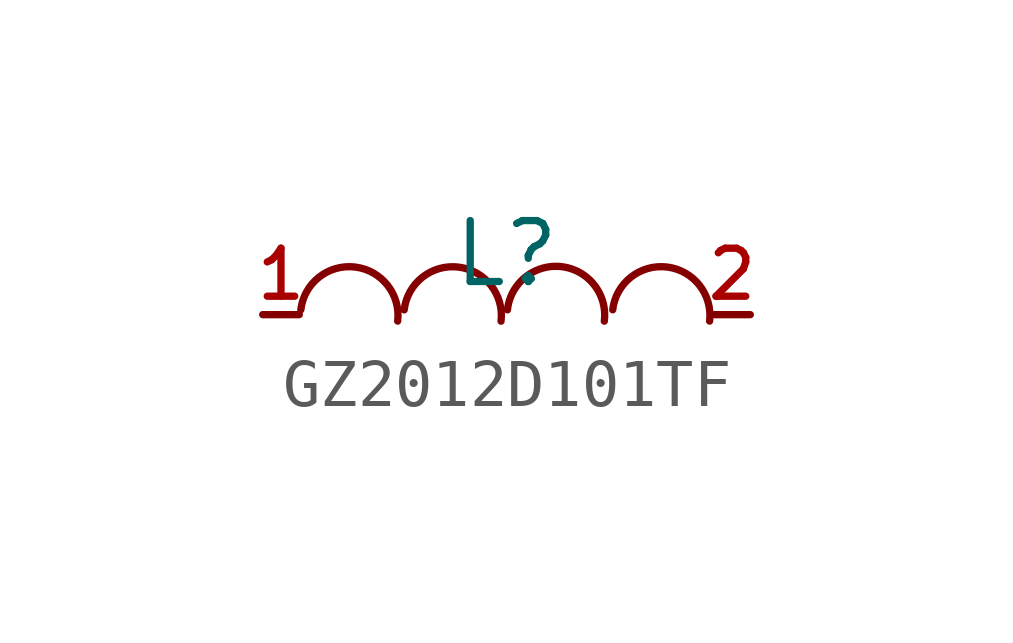
<source format=kicad_sym>
(kicad_symbol_lib
  (version 20210201)
  (generator TousstNicolas/JLC2KiCad_lib)
  (symbol "GZ2012D101TF"
    (pin_names hide)
    (property "Reference" "L"
      (at 0 1.27 0)
      (effects (font (size 1.27 1.27))))
    (symbol "GZ2012D101TF_0_1"
      (pin unspecified line (at 5.08 -0.0 180) (length 0.762) (name "2" (effects (font (size 1 1)))) (number "2" (effects (font (size 1 1)))))
      (pin unspecified line (at -5.08 -0.0 0) (length 0.762) (name "1" (effects (font (size 1 1)))) (number "1" (effects (font (size 1 1)))))
      (arc (start -2.2674329295749627 -0.1341053884638828) (mid -3.159011207982224 0.9926636483439573) (end -4.285780231504512 0.10108535314652943) (stroke (width 0) (type default) (color 0 0 0 0)) (fill (type none)))
      (arc (start -0.11354180781656804 -0.13565983668102555) (mid -1.0048024524285457 0.9913604595340889) (end -2.131822737142134 0.10009980037815772) (stroke (width 0) (type default) (color 0 0 0 0)) (fill (type none)))
      (arc (start 2.0378424949520375 -0.13565983668102555) (mid 1.1465818503400598 0.9913604595340889) (end 0.019561565626471496 0.10009980037815772) (stroke (width 0) (type default) (color 0 0 0 0)) (fill (type none)))
      (arc (start 4.231170015864318 -0.13410572965492382) (mid 3.3395921275494644 0.9926636202288113) (end 2.2128227952408546 0.10108570970264838) (stroke (width 0) (type default) (color 0 0 0 0)) (fill (type none))))))
</source>
